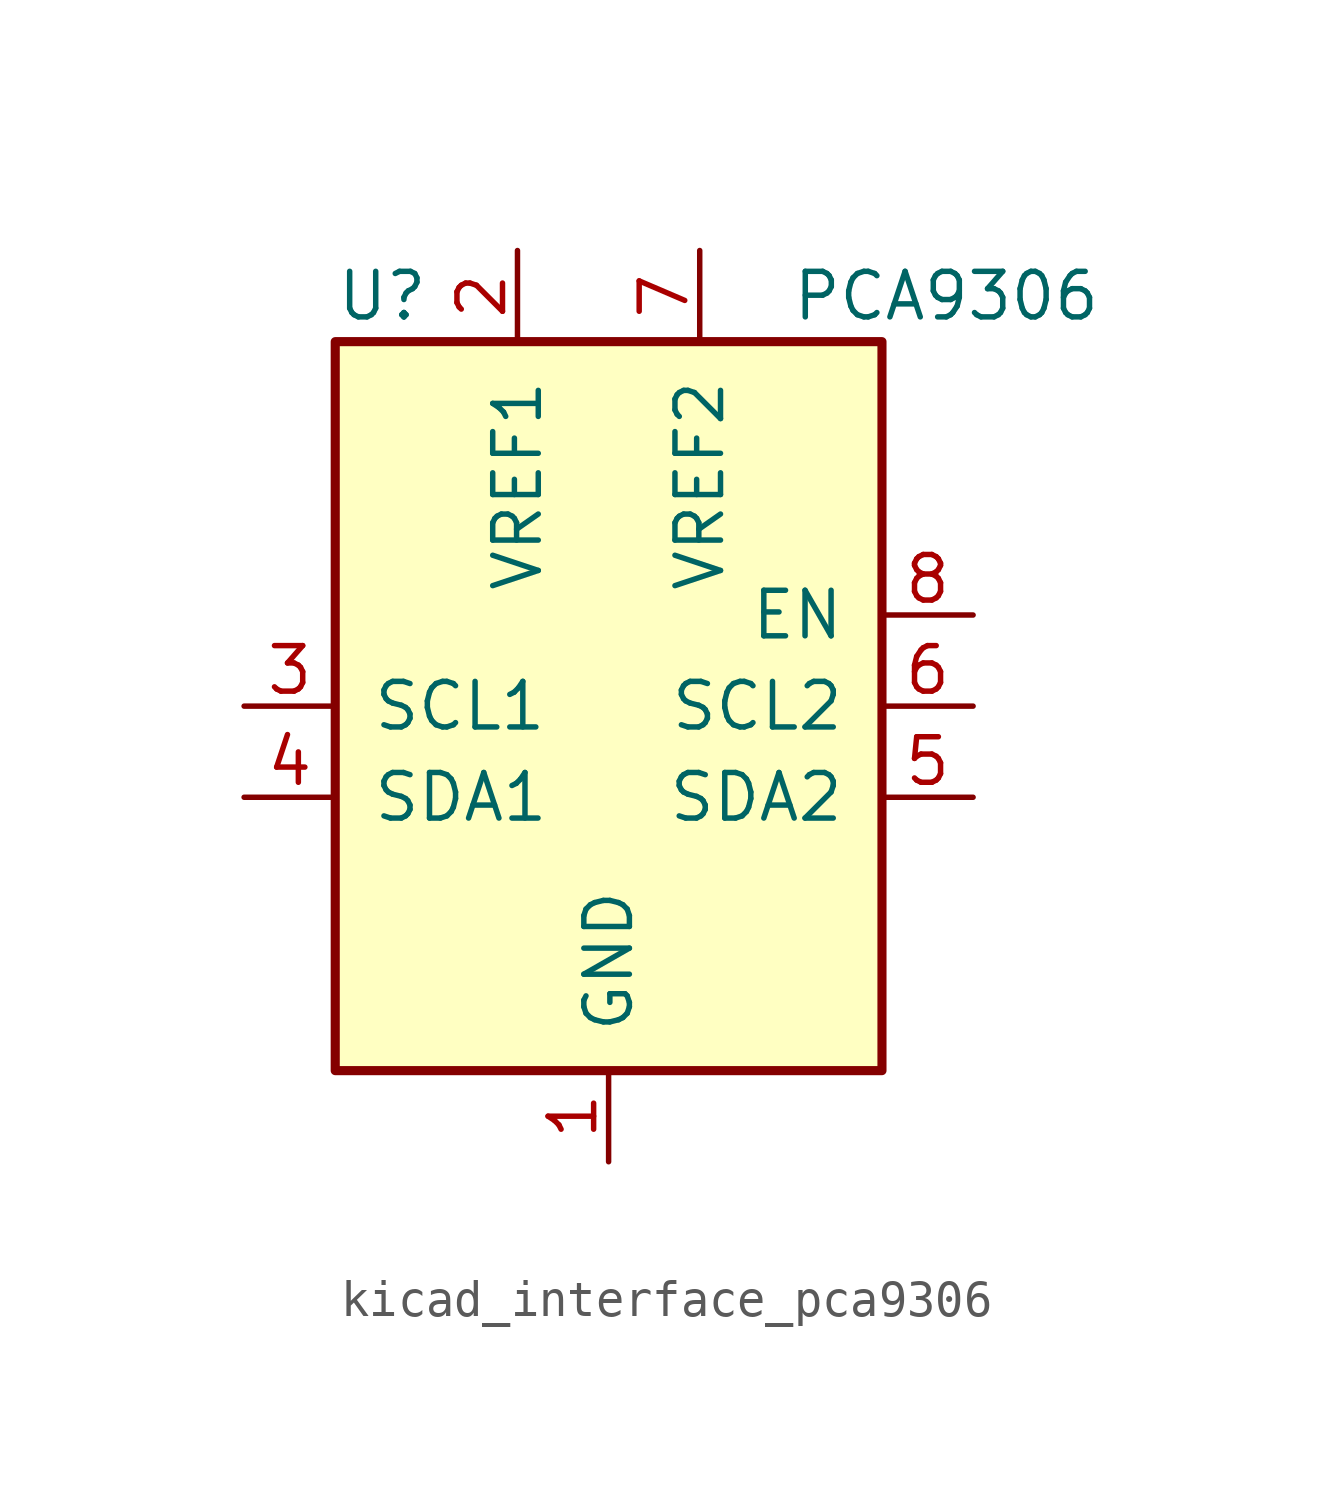
<source format=kicad_sym>
(kicad_symbol_lib
  (version 20220914)
  (generator kicad_symbol_editor)
  (symbol "kicad_interface_pca9306"
    (pin_names
      (offset 1.016))
    (property "Reference" "U"
      (at -7.62 11.43 0)
      (effects (font (size 1.27 1.27)) (justify left)))
    (property "Value" "PCA9306"
      (at 5.08 11.43 0)
      (effects (font (size 1.27 1.27)) (justify left)))
    (symbol "kicad_interface_pca9306_0_1"
      (rectangle (start -7.62 10.16) (end 7.62 -10.16) (stroke (width 0.254) (type default)) (fill (type background))))
    (symbol "kicad_interface_pca9306_1_1"
      (pin power_in line (at 0 -12.7 90) (length 2.54) (name "GND" (effects (font (size 1.27 1.27)))) (number "1" (effects (font (size 1.27 1.27)))))
      (pin power_in line (at -2.54 12.7 270) (length 2.54) (name "VREF1" (effects (font (size 1.27 1.27)))) (number "2" (effects (font (size 1.27 1.27)))))
      (pin bidirectional line (at -10.16 0 0) (length 2.54) (name "SCL1" (effects (font (size 1.27 1.27)))) (number "3" (effects (font (size 1.27 1.27)))))
      (pin bidirectional line (at -10.16 -2.54 0) (length 2.54) (name "SDA1" (effects (font (size 1.27 1.27)))) (number "4" (effects (font (size 1.27 1.27)))))
      (pin bidirectional line (at 10.16 -2.54 180) (length 2.54) (name "SDA2" (effects (font (size 1.27 1.27)))) (number "5" (effects (font (size 1.27 1.27)))))
      (pin bidirectional line (at 10.16 0 180) (length 2.54) (name "SCL2" (effects (font (size 1.27 1.27)))) (number "6" (effects (font (size 1.27 1.27)))))
      (pin power_in line (at 2.54 12.7 270) (length 2.54) (name "VREF2" (effects (font (size 1.27 1.27)))) (number "7" (effects (font (size 1.27 1.27)))))
      (pin input line (at 10.16 2.54 180) (length 2.54) (name "EN" (effects (font (size 1.27 1.27)))) (number "8" (effects (font (size 1.27 1.27))))))))
</source>
